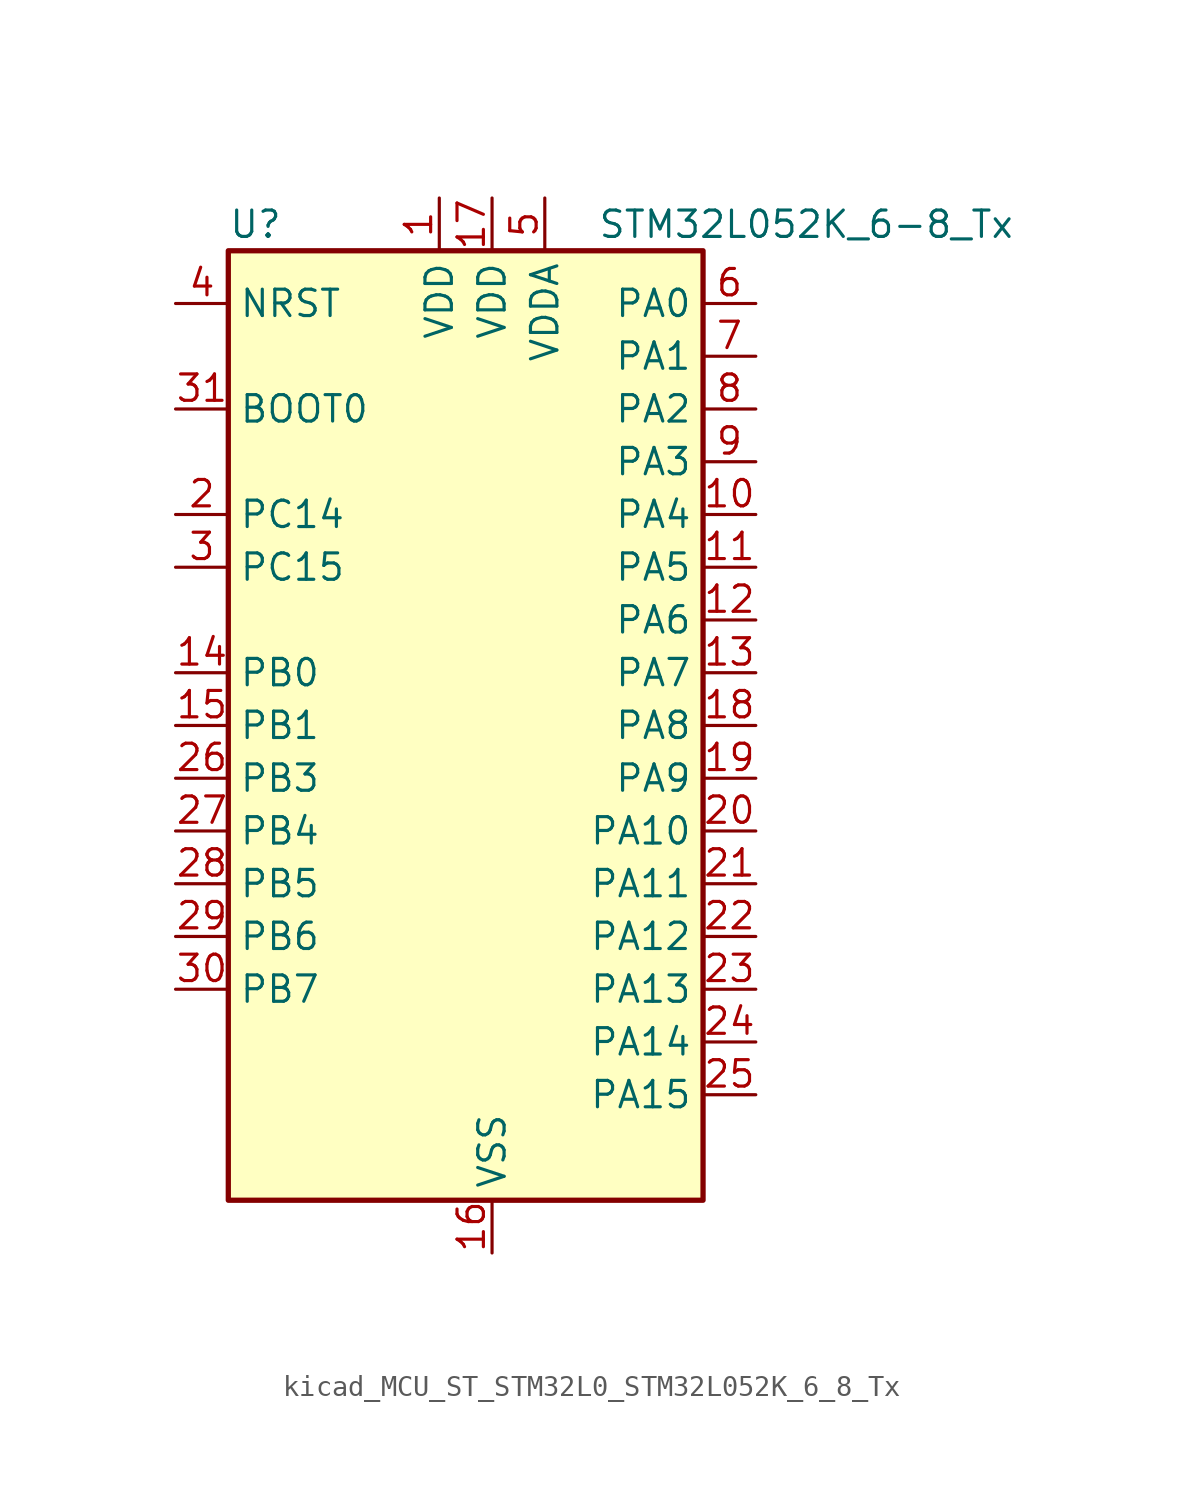
<source format=kicad_sym>
(kicad_symbol_lib
  (version 20220914)
  (generator kicad_symbol_editor)
  (symbol "kicad_MCU_ST_STM32L0_STM32L052K_6_8_Tx"
    (property "Reference" "U"
      (at -10.16 24.13 0)
      (effects (font (size 1.27 1.27)) (justify left)))
    (property "Value" "STM32L052K_6-8_Tx"
      (at 7.62 24.13 0)
      (effects (font (size 1.27 1.27)) (justify left)))
    (property "ki_locked" ""
      (at 0 0 0)
      (effects (font (size 1.27 1.27))))
    (symbol "kicad_MCU_ST_STM32L0_STM32L052K_6_8_Tx_0_1"
      (rectangle (start -10.16 -22.86) (end 12.7 22.86) (stroke (width 0.254) (type default)) (fill (type background))))
    (symbol "kicad_MCU_ST_STM32L0_STM32L052K_6_8_Tx_1_1"
      (pin power_in line (at 0 25.4 270) (length 2.54) (name "VDD" (effects (font (size 1.27 1.27)))) (number "1" (effects (font (size 1.27 1.27)))))
      (pin bidirectional line (at 15.24 10.16 180) (length 2.54) (name "PA4" (effects (font (size 1.27 1.27)))) (number "10" (effects (font (size 1.27 1.27)))) (alternate "ADC_IN4" bidirectional line) (alternate "COMP1_INM" bidirectional line) (alternate "COMP2_INM" bidirectional line) (alternate "DAC_OUT1" bidirectional line) (alternate "SPI1_NSS" bidirectional line) (alternate "TIM22_ETR" bidirectional line) (alternate "TSC_G2_IO1" bidirectional line) (alternate "USART2_CK" bidirectional line))
      (pin bidirectional line (at 15.24 7.62 180) (length 2.54) (name "PA5" (effects (font (size 1.27 1.27)))) (number "11" (effects (font (size 1.27 1.27)))) (alternate "ADC_IN5" bidirectional line) (alternate "COMP1_INM" bidirectional line) (alternate "COMP2_INM" bidirectional line) (alternate "SPI1_SCK" bidirectional line) (alternate "TIM2_CH1" bidirectional line) (alternate "TIM2_ETR" bidirectional line) (alternate "TSC_G2_IO2" bidirectional line))
      (pin bidirectional line (at 15.24 5.08 180) (length 2.54) (name "PA6" (effects (font (size 1.27 1.27)))) (number "12" (effects (font (size 1.27 1.27)))) (alternate "ADC_IN6" bidirectional line) (alternate "COMP1_OUT" bidirectional line) (alternate "SPI1_MISO" bidirectional line) (alternate "TIM22_CH1" bidirectional line) (alternate "TSC_G2_IO3" bidirectional line))
      (pin bidirectional line (at 15.24 2.54 180) (length 2.54) (name "PA7" (effects (font (size 1.27 1.27)))) (number "13" (effects (font (size 1.27 1.27)))) (alternate "ADC_IN7" bidirectional line) (alternate "COMP2_OUT" bidirectional line) (alternate "SPI1_MOSI" bidirectional line) (alternate "TIM22_CH2" bidirectional line) (alternate "TSC_G2_IO4" bidirectional line))
      (pin bidirectional line (at -12.7 2.54 0) (length 2.54) (name "PB0" (effects (font (size 1.27 1.27)))) (number "14" (effects (font (size 1.27 1.27)))) (alternate "ADC_IN8" bidirectional line) (alternate "SYS_VREF_OUT_PB0" bidirectional line) (alternate "TSC_G3_IO2" bidirectional line))
      (pin bidirectional line (at -12.7 0 0) (length 2.54) (name "PB1" (effects (font (size 1.27 1.27)))) (number "15" (effects (font (size 1.27 1.27)))) (alternate "ADC_IN9" bidirectional line) (alternate "SYS_VREF_OUT_PB1" bidirectional line) (alternate "TSC_G3_IO3" bidirectional line))
      (pin power_in line (at 2.54 -25.4 90) (length 2.54) (name "VSS" (effects (font (size 1.27 1.27)))) (number "16" (effects (font (size 1.27 1.27)))))
      (pin power_in line (at 2.54 25.4 270) (length 2.54) (name "VDD" (effects (font (size 1.27 1.27)))) (number "17" (effects (font (size 1.27 1.27)))))
      (pin bidirectional line (at 15.24 0 180) (length 2.54) (name "PA8" (effects (font (size 1.27 1.27)))) (number "18" (effects (font (size 1.27 1.27)))) (alternate "CRS_SYNC" bidirectional line) (alternate "RCC_MCO" bidirectional line) (alternate "USART1_CK" bidirectional line))
      (pin bidirectional line (at 15.24 -2.54 180) (length 2.54) (name "PA9" (effects (font (size 1.27 1.27)))) (number "19" (effects (font (size 1.27 1.27)))) (alternate "DAC_EXTI9" bidirectional line) (alternate "RCC_MCO" bidirectional line) (alternate "TSC_G4_IO1" bidirectional line) (alternate "USART1_TX" bidirectional line))
      (pin bidirectional line (at -12.7 10.16 0) (length 2.54) (name "PC14" (effects (font (size 1.27 1.27)))) (number "2" (effects (font (size 1.27 1.27)))) (alternate "RCC_OSC32_IN" bidirectional line))
      (pin bidirectional line (at 15.24 -5.08 180) (length 2.54) (name "PA10" (effects (font (size 1.27 1.27)))) (number "20" (effects (font (size 1.27 1.27)))) (alternate "TSC_G4_IO2" bidirectional line) (alternate "USART1_RX" bidirectional line))
      (pin bidirectional line (at 15.24 -7.62 180) (length 2.54) (name "PA11" (effects (font (size 1.27 1.27)))) (number "21" (effects (font (size 1.27 1.27)))) (alternate "ADC_EXTI11" bidirectional line) (alternate "COMP1_OUT" bidirectional line) (alternate "SPI1_MISO" bidirectional line) (alternate "TSC_G4_IO3" bidirectional line) (alternate "USART1_CTS" bidirectional line) (alternate "USB_DM" bidirectional line))
      (pin bidirectional line (at 15.24 -10.16 180) (length 2.54) (name "PA12" (effects (font (size 1.27 1.27)))) (number "22" (effects (font (size 1.27 1.27)))) (alternate "COMP2_OUT" bidirectional line) (alternate "SPI1_MOSI" bidirectional line) (alternate "TSC_G4_IO4" bidirectional line) (alternate "USART1_DE" bidirectional line) (alternate "USART1_RTS" bidirectional line) (alternate "USB_DP" bidirectional line))
      (pin bidirectional line (at 15.24 -12.7 180) (length 2.54) (name "PA13" (effects (font (size 1.27 1.27)))) (number "23" (effects (font (size 1.27 1.27)))) (alternate "SYS_SWDIO" bidirectional line) (alternate "USB_NOE" bidirectional line))
      (pin bidirectional line (at 15.24 -15.24 180) (length 2.54) (name "PA14" (effects (font (size 1.27 1.27)))) (number "24" (effects (font (size 1.27 1.27)))) (alternate "SYS_SWCLK" bidirectional line) (alternate "USART2_TX" bidirectional line))
      (pin bidirectional line (at 15.24 -17.78 180) (length 2.54) (name "PA15" (effects (font (size 1.27 1.27)))) (number "25" (effects (font (size 1.27 1.27)))) (alternate "SPI1_NSS" bidirectional line) (alternate "TIM2_CH1" bidirectional line) (alternate "TIM2_ETR" bidirectional line) (alternate "USART2_RX" bidirectional line))
      (pin bidirectional line (at -12.7 -2.54 0) (length 2.54) (name "PB3" (effects (font (size 1.27 1.27)))) (number "26" (effects (font (size 1.27 1.27)))) (alternate "COMP2_INM" bidirectional line) (alternate "SPI1_SCK" bidirectional line) (alternate "TIM2_CH2" bidirectional line) (alternate "TSC_G5_IO1" bidirectional line))
      (pin bidirectional line (at -12.7 -5.08 0) (length 2.54) (name "PB4" (effects (font (size 1.27 1.27)))) (number "27" (effects (font (size 1.27 1.27)))) (alternate "COMP2_INP" bidirectional line) (alternate "SPI1_MISO" bidirectional line) (alternate "TIM22_CH1" bidirectional line) (alternate "TSC_G5_IO2" bidirectional line))
      (pin bidirectional line (at -12.7 -7.62 0) (length 2.54) (name "PB5" (effects (font (size 1.27 1.27)))) (number "28" (effects (font (size 1.27 1.27)))) (alternate "COMP2_INP" bidirectional line) (alternate "I2C1_SMBA" bidirectional line) (alternate "LPTIM1_IN1" bidirectional line) (alternate "SPI1_MOSI" bidirectional line) (alternate "TIM22_CH2" bidirectional line))
      (pin bidirectional line (at -12.7 -10.16 0) (length 2.54) (name "PB6" (effects (font (size 1.27 1.27)))) (number "29" (effects (font (size 1.27 1.27)))) (alternate "COMP2_INP" bidirectional line) (alternate "I2C1_SCL" bidirectional line) (alternate "LPTIM1_ETR" bidirectional line) (alternate "TSC_G5_IO3" bidirectional line) (alternate "USART1_TX" bidirectional line))
      (pin bidirectional line (at -12.7 7.62 0) (length 2.54) (name "PC15" (effects (font (size 1.27 1.27)))) (number "3" (effects (font (size 1.27 1.27)))) (alternate "RCC_OSC32_OUT" bidirectional line))
      (pin bidirectional line (at -12.7 -12.7 0) (length 2.54) (name "PB7" (effects (font (size 1.27 1.27)))) (number "30" (effects (font (size 1.27 1.27)))) (alternate "COMP2_INP" bidirectional line) (alternate "I2C1_SDA" bidirectional line) (alternate "LPTIM1_IN2" bidirectional line) (alternate "SYS_PVD_IN" bidirectional line) (alternate "TSC_G5_IO4" bidirectional line) (alternate "USART1_RX" bidirectional line))
      (pin input line (at -12.7 15.24 0) (length 2.54) (name "BOOT0" (effects (font (size 1.27 1.27)))) (number "31" (effects (font (size 1.27 1.27)))))
      (pin passive line (at 2.54 -25.4 90) (length 2.54) hide (name "VSS" (effects (font (size 1.27 1.27)))) (number "32" (effects (font (size 1.27 1.27)))))
      (pin input line (at -12.7 20.32 0) (length 2.54) (name "NRST" (effects (font (size 1.27 1.27)))) (number "4" (effects (font (size 1.27 1.27)))))
      (pin power_in line (at 5.08 25.4 270) (length 2.54) (name "VDDA" (effects (font (size 1.27 1.27)))) (number "5" (effects (font (size 1.27 1.27)))))
      (pin bidirectional line (at 15.24 20.32 180) (length 2.54) (name "PA0" (effects (font (size 1.27 1.27)))) (number "6" (effects (font (size 1.27 1.27)))) (alternate "ADC_IN0" bidirectional line) (alternate "COMP1_INM" bidirectional line) (alternate "COMP1_OUT" bidirectional line) (alternate "RTC_TAMP2" bidirectional line) (alternate "SYS_WKUP1" bidirectional line) (alternate "TIM2_CH1" bidirectional line) (alternate "TIM2_ETR" bidirectional line) (alternate "TSC_G1_IO1" bidirectional line) (alternate "USART2_CTS" bidirectional line))
      (pin bidirectional line (at 15.24 17.78 180) (length 2.54) (name "PA1" (effects (font (size 1.27 1.27)))) (number "7" (effects (font (size 1.27 1.27)))) (alternate "ADC_IN1" bidirectional line) (alternate "COMP1_INP" bidirectional line) (alternate "TIM21_ETR" bidirectional line) (alternate "TIM2_CH2" bidirectional line) (alternate "TSC_G1_IO2" bidirectional line) (alternate "USART2_DE" bidirectional line) (alternate "USART2_RTS" bidirectional line))
      (pin bidirectional line (at 15.24 15.24 180) (length 2.54) (name "PA2" (effects (font (size 1.27 1.27)))) (number "8" (effects (font (size 1.27 1.27)))) (alternate "ADC_IN2" bidirectional line) (alternate "COMP2_INM" bidirectional line) (alternate "COMP2_OUT" bidirectional line) (alternate "TIM21_CH1" bidirectional line) (alternate "TIM2_CH3" bidirectional line) (alternate "TSC_G1_IO3" bidirectional line) (alternate "USART2_TX" bidirectional line))
      (pin bidirectional line (at 15.24 12.7 180) (length 2.54) (name "PA3" (effects (font (size 1.27 1.27)))) (number "9" (effects (font (size 1.27 1.27)))) (alternate "ADC_IN3" bidirectional line) (alternate "COMP2_INP" bidirectional line) (alternate "TIM21_CH2" bidirectional line) (alternate "TIM2_CH4" bidirectional line) (alternate "TSC_G1_IO4" bidirectional line) (alternate "USART2_RX" bidirectional line)))))
</source>
